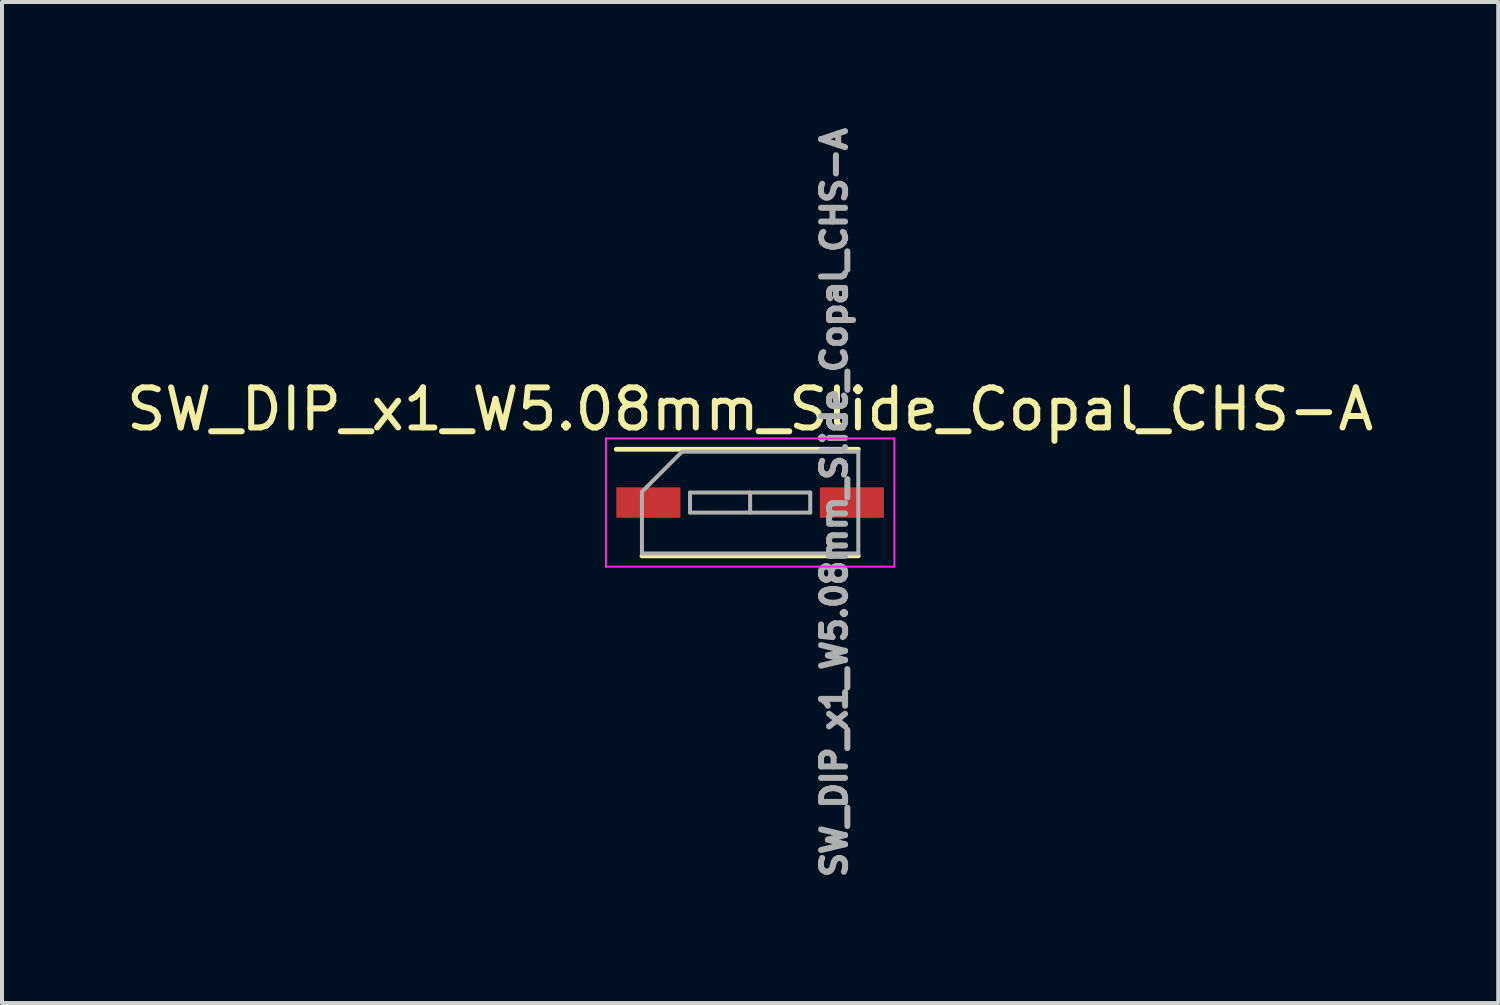
<source format=kicad_pcb>
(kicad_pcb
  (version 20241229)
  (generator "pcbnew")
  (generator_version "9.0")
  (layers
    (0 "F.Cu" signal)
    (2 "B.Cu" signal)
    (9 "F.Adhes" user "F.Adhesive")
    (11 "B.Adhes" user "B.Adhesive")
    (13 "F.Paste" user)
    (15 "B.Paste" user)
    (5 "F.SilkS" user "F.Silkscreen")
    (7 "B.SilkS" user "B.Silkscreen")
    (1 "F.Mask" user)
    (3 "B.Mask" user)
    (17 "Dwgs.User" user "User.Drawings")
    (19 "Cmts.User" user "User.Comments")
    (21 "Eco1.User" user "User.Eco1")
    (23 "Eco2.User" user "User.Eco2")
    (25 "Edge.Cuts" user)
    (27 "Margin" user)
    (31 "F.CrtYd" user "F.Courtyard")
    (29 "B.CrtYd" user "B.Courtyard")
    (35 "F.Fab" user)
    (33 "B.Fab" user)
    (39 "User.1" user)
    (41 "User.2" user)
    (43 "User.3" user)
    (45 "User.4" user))
  (footprint "SW_DIP_x1_W5.08mm_Slide_Copal_CHS-A"
    (layer "F.Cu")
    (at 15.673 9.494)
    (property "Reference" "SW_DIP_x1_W5.08mm_Slide_Copal_CHS-A" (at 0 -2.33 0) (layer "F.SilkS") (effects (font (size 1 1) (thickness 0.15))))
    (attr smd)
    (fp_line (start -3.34 -1.33) (end 2.7 -1.33) (stroke (width 0.12) (type solid)) (layer "F.SilkS"))
    (fp_line (start -2.7 1.33) (end 2.7 1.33) (stroke (width 0.12) (type solid)) (layer "F.SilkS"))
    (fp_line (start -3.6 -1.6) (end -3.6 1.6) (stroke (width 0.05) (type solid)) (layer "F.CrtYd"))
    (fp_line (start -3.6 1.6) (end 3.6 1.6) (stroke (width 0.05) (type solid)) (layer "F.CrtYd"))
    (fp_line (start 3.6 -1.6) (end -3.6 -1.6) (stroke (width 0.05) (type solid)) (layer "F.CrtYd"))
    (fp_line (start 3.6 1.6) (end 3.6 -1.6) (stroke (width 0.05) (type solid)) (layer "F.CrtYd"))
    (fp_line (start -2.7 -0.27) (end -1.7 -1.27) (stroke (width 0.1) (type solid)) (layer "F.Fab"))
    (fp_line (start -2.7 1.27) (end -2.7 -0.27) (stroke (width 0.1) (type solid)) (layer "F.Fab"))
    (fp_line (start -1.7 -1.27) (end 2.7 -1.27) (stroke (width 0.1) (type solid)) (layer "F.Fab"))
    (fp_line (start -1.5 -0.25) (end -1.5 0.25) (stroke (width 0.1) (type solid)) (layer "F.Fab"))
    (fp_line (start -1.5 0.25) (end 1.5 0.25) (stroke (width 0.1) (type solid)) (layer "F.Fab"))
    (fp_line (start 0 -0.25) (end 0 0.25) (stroke (width 0.1) (type solid)) (layer "F.Fab"))
    (fp_line (start 1.5 -0.25) (end -1.5 -0.25) (stroke (width 0.1) (type solid)) (layer "F.Fab"))
    (fp_line (start 1.5 0.25) (end 1.5 -0.25) (stroke (width 0.1) (type solid)) (layer "F.Fab"))
    (fp_line (start 2.7 -1.27) (end 2.7 1.27) (stroke (width 0.1) (type solid)) (layer "F.Fab"))
    (fp_line (start 2.7 1.27) (end -2.7 1.27) (stroke (width 0.1) (type solid)) (layer "F.Fab"))
    (fp_text user "${REFERENCE}" (at 2.1 0 90) (layer "F.Fab") (effects (font (size 0.6 0.6) (thickness 0.15))))
    (pad "1" smd rect (at -2.54 0) (size 1.6 0.76) (layers "F.Cu" "F.Mask" "F.Paste"))
    (pad "2" smd rect (at 2.54 0) (size 1.6 0.76) (layers "F.Cu" "F.Mask" "F.Paste")))
  (gr_rect
    (start -3 -3)
    (end 34.345 21.987)
    (stroke (width 0.1) (type default))
    (fill no)
    (layer "Edge.Cuts")))
</source>
